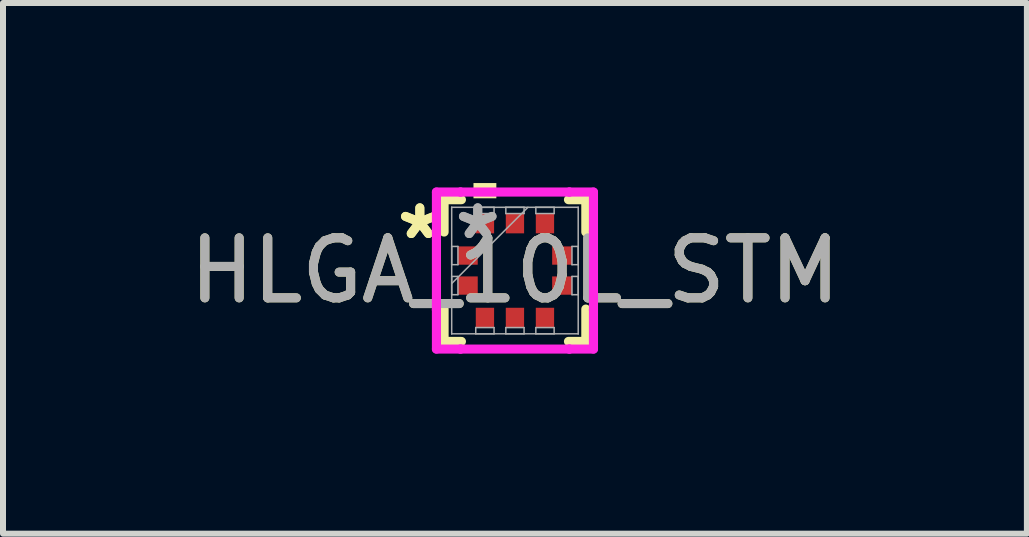
<source format=kicad_pcb>
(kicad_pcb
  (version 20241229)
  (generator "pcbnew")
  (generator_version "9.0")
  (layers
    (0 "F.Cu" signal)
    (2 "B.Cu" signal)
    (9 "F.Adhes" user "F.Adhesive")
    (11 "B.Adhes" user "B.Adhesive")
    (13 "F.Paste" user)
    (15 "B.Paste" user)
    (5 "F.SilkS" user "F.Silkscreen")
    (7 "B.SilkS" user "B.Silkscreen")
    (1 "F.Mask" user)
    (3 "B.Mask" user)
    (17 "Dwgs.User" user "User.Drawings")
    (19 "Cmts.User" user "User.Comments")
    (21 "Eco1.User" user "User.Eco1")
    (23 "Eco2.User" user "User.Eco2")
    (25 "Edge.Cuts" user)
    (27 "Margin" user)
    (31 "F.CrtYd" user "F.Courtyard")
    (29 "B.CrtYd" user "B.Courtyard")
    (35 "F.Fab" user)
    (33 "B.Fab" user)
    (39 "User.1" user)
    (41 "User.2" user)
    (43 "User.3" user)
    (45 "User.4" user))
  (footprint "HLGA_10L_STM"
    (layer "F.Cu")
    (at 5.53 1.458)
    (property "Reference" "HLGA_10L_STM" (at 0 0 0) (unlocked yes) (layer "F.SilkS") (effects (font (size 1 1) (thickness 0.15))))
    (attr smd)
    (fp_line (start -1.181 -1.181) (end -1.181 -0.642) (stroke (width 0.152) (type solid)) (layer "F.SilkS"))
    (fp_line (start -1.181 0.642) (end -1.181 1.181) (stroke (width 0.152) (type solid)) (layer "F.SilkS"))
    (fp_line (start -1.181 1.181) (end -0.892 1.181) (stroke (width 0.152) (type solid)) (layer "F.SilkS"))
    (fp_line (start -0.892 -1.181) (end -1.181 -1.181) (stroke (width 0.152) (type solid)) (layer "F.SilkS"))
    (fp_line (start 0.892 1.181) (end 1.181 1.181) (stroke (width 0.152) (type solid)) (layer "F.SilkS"))
    (fp_line (start 1.181 -1.181) (end 0.892 -1.181) (stroke (width 0.152) (type solid)) (layer "F.SilkS"))
    (fp_line (start 1.181 -0.642) (end 1.181 -1.181) (stroke (width 0.152) (type solid)) (layer "F.SilkS"))
    (fp_line (start 1.181 1.181) (end 1.181 0.642) (stroke (width 0.152) (type solid)) (layer "F.SilkS"))
    (fp_poly (pts (xy -0.691 -1.204) (xy -0.691 -1.458) (xy -0.31 -1.458) (xy -0.31 -1.204)) (stroke (width 0) (type solid)) (fill yes) (layer "F.SilkS"))
    (fp_line (start -1.308 -1.308) (end -0.907 -1.308) (stroke (width 0.152) (type solid)) (layer "F.CrtYd"))
    (fp_line (start -1.308 -0.656) (end -1.308 -1.308) (stroke (width 0.152) (type solid)) (layer "F.CrtYd"))
    (fp_line (start -1.308 -0.656) (end -1.308 -0.656) (stroke (width 0.152) (type solid)) (layer "F.CrtYd"))
    (fp_line (start -1.308 0.656) (end -1.308 -0.656) (stroke (width 0.152) (type solid)) (layer "F.CrtYd"))
    (fp_line (start -1.308 0.656) (end -1.308 0.656) (stroke (width 0.152) (type solid)) (layer "F.CrtYd"))
    (fp_line (start -1.308 1.308) (end -1.308 0.656) (stroke (width 0.152) (type solid)) (layer "F.CrtYd"))
    (fp_line (start -0.907 -1.308) (end -0.907 -1.308) (stroke (width 0.152) (type solid)) (layer "F.CrtYd"))
    (fp_line (start -0.907 -1.308) (end 0.907 -1.308) (stroke (width 0.152) (type solid)) (layer "F.CrtYd"))
    (fp_line (start -0.907 1.308) (end -1.308 1.308) (stroke (width 0.152) (type solid)) (layer "F.CrtYd"))
    (fp_line (start -0.907 1.308) (end -0.907 1.308) (stroke (width 0.152) (type solid)) (layer "F.CrtYd"))
    (fp_line (start 0.907 -1.308) (end 0.907 -1.308) (stroke (width 0.152) (type solid)) (layer "F.CrtYd"))
    (fp_line (start 0.907 -1.308) (end 1.308 -1.308) (stroke (width 0.152) (type solid)) (layer "F.CrtYd"))
    (fp_line (start 0.907 1.308) (end -0.907 1.308) (stroke (width 0.152) (type solid)) (layer "F.CrtYd"))
    (fp_line (start 0.907 1.308) (end 0.907 1.308) (stroke (width 0.152) (type solid)) (layer "F.CrtYd"))
    (fp_line (start 1.308 -1.308) (end 1.308 -0.656) (stroke (width 0.152) (type solid)) (layer "F.CrtYd"))
    (fp_line (start 1.308 -0.656) (end 1.308 -0.656) (stroke (width 0.152) (type solid)) (layer "F.CrtYd"))
    (fp_line (start 1.308 -0.656) (end 1.308 0.656) (stroke (width 0.152) (type solid)) (layer "F.CrtYd"))
    (fp_line (start 1.308 0.656) (end 1.308 0.656) (stroke (width 0.152) (type solid)) (layer "F.CrtYd"))
    (fp_line (start 1.308 0.656) (end 1.308 1.308) (stroke (width 0.152) (type solid)) (layer "F.CrtYd"))
    (fp_line (start 1.308 1.308) (end 0.907 1.308) (stroke (width 0.152) (type solid)) (layer "F.CrtYd"))
    (fp_line (start -1.054 -1.054) (end -1.054 -1.054) (stroke (width 0.025) (type solid)) (layer "F.Fab"))
    (fp_line (start -1.054 -1.054) (end -1.054 1.054) (stroke (width 0.025) (type solid)) (layer "F.Fab"))
    (fp_line (start -1.054 -0.402) (end -0.95 -0.402) (stroke (width 0.025) (type solid)) (layer "F.Fab"))
    (fp_line (start -1.054 -0.098) (end -1.054 -0.402) (stroke (width 0.025) (type solid)) (layer "F.Fab"))
    (fp_line (start -1.054 0.098) (end -0.95 0.098) (stroke (width 0.025) (type solid)) (layer "F.Fab"))
    (fp_line (start -1.054 0.216) (end 0.216 -1.054) (stroke (width 0.025) (type solid)) (layer "F.Fab"))
    (fp_line (start -1.054 0.402) (end -1.054 0.098) (stroke (width 0.025) (type solid)) (layer "F.Fab"))
    (fp_line (start -1.054 1.054) (end -1.054 1.054) (stroke (width 0.025) (type solid)) (layer "F.Fab"))
    (fp_line (start -1.054 1.054) (end 1.054 1.054) (stroke (width 0.025) (type solid)) (layer "F.Fab"))
    (fp_line (start -0.95 -0.402) (end -0.95 -0.098) (stroke (width 0.025) (type solid)) (layer "F.Fab"))
    (fp_line (start -0.95 -0.098) (end -1.054 -0.098) (stroke (width 0.025) (type solid)) (layer "F.Fab"))
    (fp_line (start -0.95 0.098) (end -0.95 0.402) (stroke (width 0.025) (type solid)) (layer "F.Fab"))
    (fp_line (start -0.95 0.402) (end -1.054 0.402) (stroke (width 0.025) (type solid)) (layer "F.Fab"))
    (fp_line (start -0.653 -1.054) (end -0.348 -1.054) (stroke (width 0.025) (type solid)) (layer "F.Fab"))
    (fp_line (start -0.653 -0.95) (end -0.653 -1.054) (stroke (width 0.025) (type solid)) (layer "F.Fab"))
    (fp_line (start -0.653 0.95) (end -0.348 0.95) (stroke (width 0.025) (type solid)) (layer "F.Fab"))
    (fp_line (start -0.653 1.054) (end -0.653 0.95) (stroke (width 0.025) (type solid)) (layer "F.Fab"))
    (fp_line (start -0.348 -1.054) (end -0.348 -0.95) (stroke (width 0.025) (type solid)) (layer "F.Fab"))
    (fp_line (start -0.348 -0.95) (end -0.653 -0.95) (stroke (width 0.025) (type solid)) (layer "F.Fab"))
    (fp_line (start -0.348 0.95) (end -0.348 1.054) (stroke (width 0.025) (type solid)) (layer "F.Fab"))
    (fp_line (start -0.348 1.054) (end -0.653 1.054) (stroke (width 0.025) (type solid)) (layer "F.Fab"))
    (fp_line (start -0.152 -1.054) (end 0.152 -1.054) (stroke (width 0.025) (type solid)) (layer "F.Fab"))
    (fp_line (start -0.152 -0.95) (end -0.152 -1.054) (stroke (width 0.025) (type solid)) (layer "F.Fab"))
    (fp_line (start -0.152 0.95) (end 0.152 0.95) (stroke (width 0.025) (type solid)) (layer "F.Fab"))
    (fp_line (start -0.152 1.054) (end -0.152 0.95) (stroke (width 0.025) (type solid)) (layer "F.Fab"))
    (fp_line (start 0.152 -1.054) (end 0.152 -0.95) (stroke (width 0.025) (type solid)) (layer "F.Fab"))
    (fp_line (start 0.152 -0.95) (end -0.152 -0.95) (stroke (width 0.025) (type solid)) (layer "F.Fab"))
    (fp_line (start 0.152 0.95) (end 0.152 1.054) (stroke (width 0.025) (type solid)) (layer "F.Fab"))
    (fp_line (start 0.152 1.054) (end -0.152 1.054) (stroke (width 0.025) (type solid)) (layer "F.Fab"))
    (fp_line (start 0.348 -1.054) (end 0.653 -1.054) (stroke (width 0.025) (type solid)) (layer "F.Fab"))
    (fp_line (start 0.348 -0.95) (end 0.348 -1.054) (stroke (width 0.025) (type solid)) (layer "F.Fab"))
    (fp_line (start 0.348 0.95) (end 0.653 0.95) (stroke (width 0.025) (type solid)) (layer "F.Fab"))
    (fp_line (start 0.348 1.054) (end 0.348 0.95) (stroke (width 0.025) (type solid)) (layer "F.Fab"))
    (fp_line (start 0.653 -1.054) (end 0.653 -0.95) (stroke (width 0.025) (type solid)) (layer "F.Fab"))
    (fp_line (start 0.653 -0.95) (end 0.348 -0.95) (stroke (width 0.025) (type solid)) (layer "F.Fab"))
    (fp_line (start 0.653 0.95) (end 0.653 1.054) (stroke (width 0.025) (type solid)) (layer "F.Fab"))
    (fp_line (start 0.653 1.054) (end 0.348 1.054) (stroke (width 0.025) (type solid)) (layer "F.Fab"))
    (fp_line (start 0.95 -0.402) (end 1.054 -0.402) (stroke (width 0.025) (type solid)) (layer "F.Fab"))
    (fp_line (start 0.95 -0.098) (end 0.95 -0.402) (stroke (width 0.025) (type solid)) (layer "F.Fab"))
    (fp_line (start 0.95 0.098) (end 1.054 0.098) (stroke (width 0.025) (type solid)) (layer "F.Fab"))
    (fp_line (start 0.95 0.402) (end 0.95 0.098) (stroke (width 0.025) (type solid)) (layer "F.Fab"))
    (fp_line (start 1.054 -1.054) (end -1.054 -1.054) (stroke (width 0.025) (type solid)) (layer "F.Fab"))
    (fp_line (start 1.054 -1.054) (end 1.054 -1.054) (stroke (width 0.025) (type solid)) (layer "F.Fab"))
    (fp_line (start 1.054 -0.402) (end 1.054 -0.098) (stroke (width 0.025) (type solid)) (layer "F.Fab"))
    (fp_line (start 1.054 -0.098) (end 0.95 -0.098) (stroke (width 0.025) (type solid)) (layer "F.Fab"))
    (fp_line (start 1.054 0.098) (end 1.054 0.402) (stroke (width 0.025) (type solid)) (layer "F.Fab"))
    (fp_line (start 1.054 0.402) (end 0.95 0.402) (stroke (width 0.025) (type solid)) (layer "F.Fab"))
    (fp_line (start 1.054 1.054) (end 1.054 -1.054) (stroke (width 0.025) (type solid)) (layer "F.Fab"))
    (fp_line (start 1.054 1.054) (end 1.054 1.054) (stroke (width 0.025) (type solid)) (layer "F.Fab"))
    (fp_text user "*" (at -1.585 -0.5 0) (layer "F.SilkS") (effects (font (size 1 1) (thickness 0.15))))
    (fp_text user "*" (at -1.585 -0.5 0) (unlocked yes) (layer "F.SilkS") (effects (font (size 1 1) (thickness 0.15))))
    (fp_text user "*" (at -0.62 -0.5 0) (layer "F.Fab") (effects (font (size 1 1) (thickness 0.15))))
    (fp_text user "*" (at -0.62 -0.5 0) (unlocked yes) (layer "F.Fab") (effects (font (size 1 1) (thickness 0.15))))
    (fp_text user "${REFERENCE}" (at 0 0 0) (unlocked yes) (layer "F.Fab") (effects (font (size 1 1) (thickness 0.15))))
    (pad "1" smd rect (at -0.785 -0.25 90) (size 0.305 0.33) (layers "F.Cu" "F.Mask" "F.Paste"))
    (pad "2" smd rect (at -0.785 0.25 90) (size 0.305 0.33) (layers "F.Cu" "F.Mask" "F.Paste"))
    (pad "3" smd rect (at -0.5 0.785) (size 0.305 0.33) (layers "F.Cu" "F.Mask" "F.Paste"))
    (pad "4" smd rect (at 0 0.785) (size 0.305 0.33) (layers "F.Cu" "F.Mask" "F.Paste"))
    (pad "5" smd rect (at 0.5 0.785) (size 0.305 0.33) (layers "F.Cu" "F.Mask" "F.Paste"))
    (pad "6" smd rect (at 0.785 0.25 90) (size 0.305 0.33) (layers "F.Cu" "F.Mask" "F.Paste"))
    (pad "7" smd rect (at 0.785 -0.25 90) (size 0.305 0.33) (layers "F.Cu" "F.Mask" "F.Paste"))
    (pad "8" smd rect (at 0.5 -0.785) (size 0.305 0.33) (layers "F.Cu" "F.Mask" "F.Paste"))
    (pad "9" smd rect (at 0 -0.785) (size 0.305 0.33) (layers "F.Cu" "F.Mask" "F.Paste"))
    (pad "10" smd rect (at -0.5 -0.785) (size 0.305 0.33) (layers "F.Cu" "F.Mask" "F.Paste")))
  (gr_rect
    (start -3 -3)
    (end 14.06 5.842)
    (stroke (width 0.1) (type default))
    (fill no)
    (layer "Edge.Cuts")))
</source>
